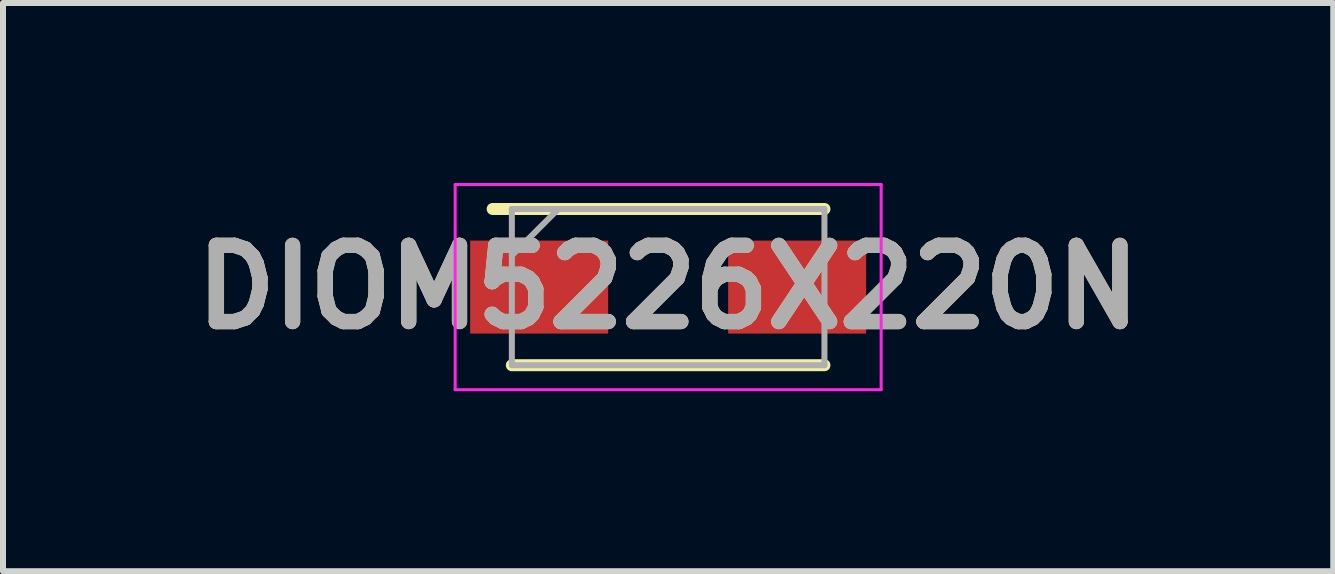
<source format=kicad_pcb>
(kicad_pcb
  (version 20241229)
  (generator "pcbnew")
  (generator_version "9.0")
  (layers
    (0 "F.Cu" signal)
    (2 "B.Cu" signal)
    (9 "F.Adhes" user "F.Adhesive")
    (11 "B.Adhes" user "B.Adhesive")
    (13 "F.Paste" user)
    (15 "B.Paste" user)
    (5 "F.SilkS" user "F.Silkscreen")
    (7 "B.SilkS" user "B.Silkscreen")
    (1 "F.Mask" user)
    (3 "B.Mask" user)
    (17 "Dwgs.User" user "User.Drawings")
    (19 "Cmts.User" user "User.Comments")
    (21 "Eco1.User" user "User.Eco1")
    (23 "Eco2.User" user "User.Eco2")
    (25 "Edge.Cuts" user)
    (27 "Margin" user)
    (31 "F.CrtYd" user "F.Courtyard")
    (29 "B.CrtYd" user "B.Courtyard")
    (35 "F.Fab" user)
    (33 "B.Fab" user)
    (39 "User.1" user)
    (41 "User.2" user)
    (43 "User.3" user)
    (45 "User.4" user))
  (footprint "DIOM5226X220N"
    (layer "F.Cu")
    (at 8.086 1.735)
    (property "Reference" "DIOM5226X220N" (at 0 0 0) (layer "F.SilkS") (effects (font (size 1.27 1.27) (thickness 0.254))))
    (attr smd)
    (fp_line (start -2.605 1.302) (end 2.605 1.302) (stroke (width 0.2) (type solid)) (layer "F.SilkS"))
    (fp_line (start 2.605 -1.302) (end -2.925 -1.302) (stroke (width 0.2) (type solid)) (layer "F.SilkS"))
    (fp_line (start -3.55 -1.71) (end 3.55 -1.71) (stroke (width 0.05) (type solid)) (layer "F.CrtYd"))
    (fp_line (start -3.55 1.71) (end -3.55 -1.71) (stroke (width 0.05) (type solid)) (layer "F.CrtYd"))
    (fp_line (start 3.55 -1.71) (end 3.55 1.71) (stroke (width 0.05) (type solid)) (layer "F.CrtYd"))
    (fp_line (start 3.55 1.71) (end -3.55 1.71) (stroke (width 0.05) (type solid)) (layer "F.CrtYd"))
    (fp_line (start -2.605 -1.302) (end 2.605 -1.302) (stroke (width 0.1) (type solid)) (layer "F.Fab"))
    (fp_line (start -2.605 -0.528) (end -1.83 -1.302) (stroke (width 0.1) (type solid)) (layer "F.Fab"))
    (fp_line (start -2.605 1.302) (end -2.605 -1.302) (stroke (width 0.1) (type solid)) (layer "F.Fab"))
    (fp_line (start 2.605 -1.302) (end 2.605 1.302) (stroke (width 0.1) (type solid)) (layer "F.Fab"))
    (fp_line (start 2.605 1.302) (end -2.605 1.302) (stroke (width 0.1) (type solid)) (layer "F.Fab"))
    (fp_text user "${REFERENCE}" (at 0 0 0) (layer "F.Fab") (effects (font (size 1.27 1.27) (thickness 0.254))))
    (pad "1" smd rect (at -2.15 0 90) (size 1.55 2.3) (layers "F.Cu" "F.Mask" "F.Paste"))
    (pad "2" smd rect (at 2.15 0 90) (size 1.55 2.3) (layers "F.Cu" "F.Mask" "F.Paste")))
  (gr_rect
    (start -3 -3)
    (end 19.171 6.47)
    (stroke (width 0.1) (type default))
    (fill no)
    (layer "Edge.Cuts")))
</source>
